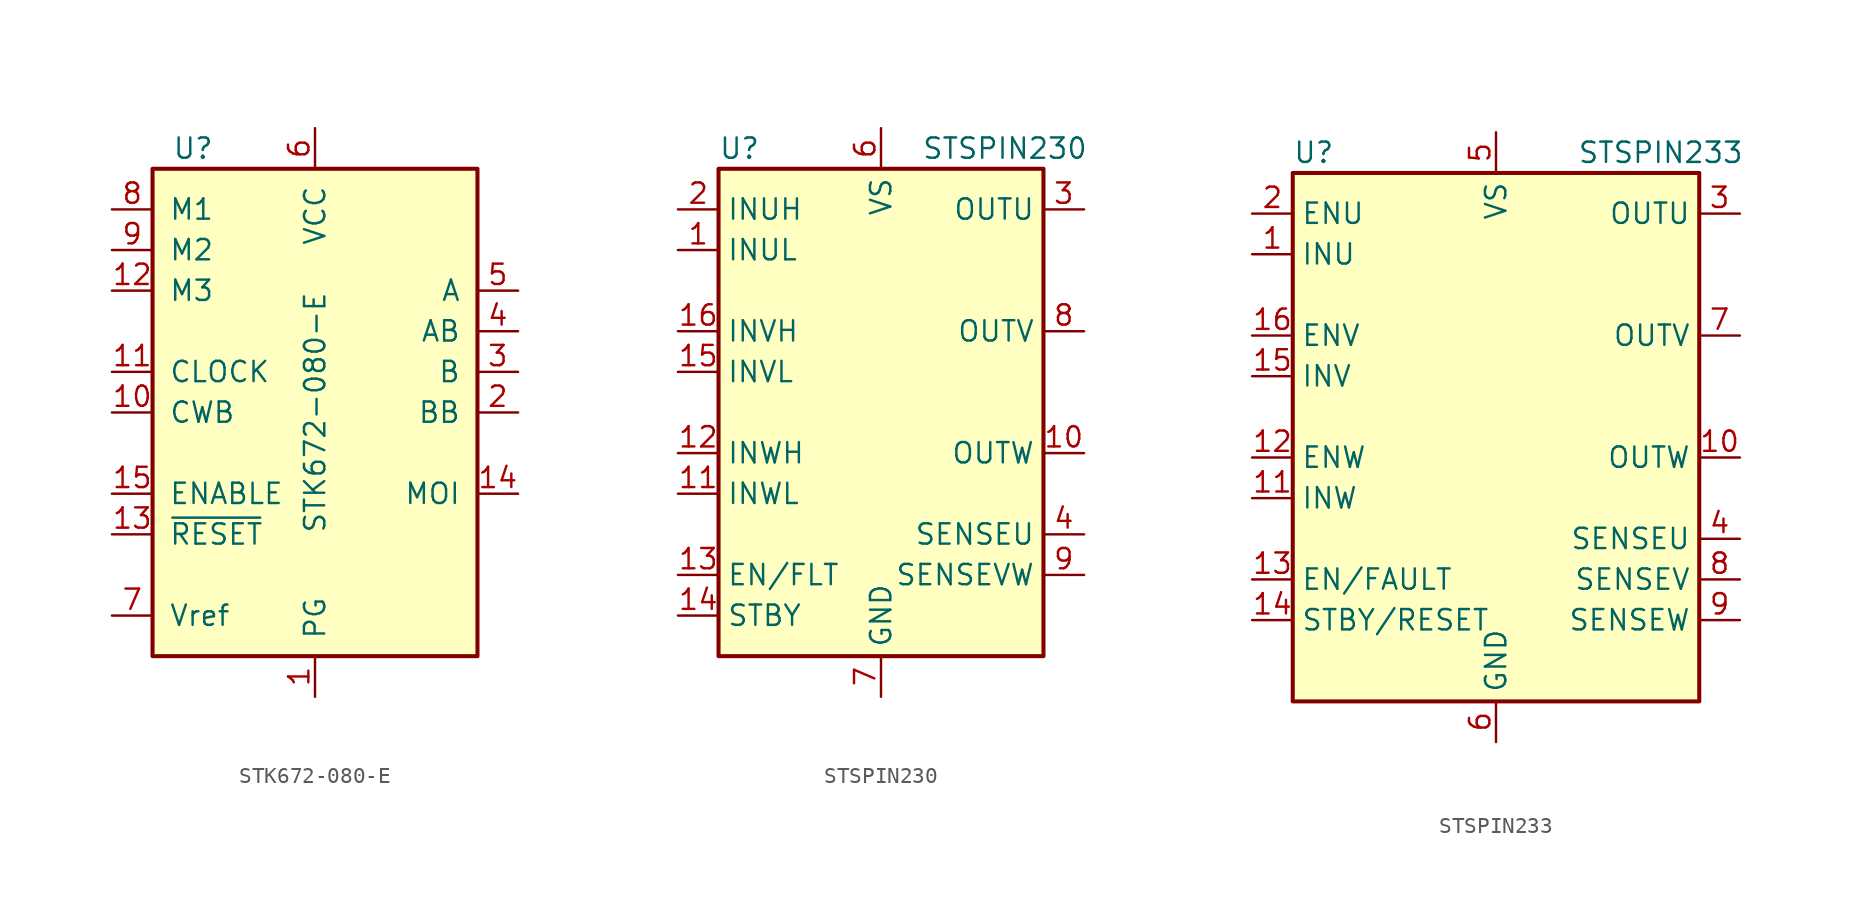
<source format=kicad_sym>
(kicad_symbol_lib
  (version 20220914)
  (generator kicad_symbol_editor)
  (symbol "STK672-080-E"
    (pin_names
      (offset 1.016))
    (property "Reference" "U"
      (at -7.62 16.51 0)
      (effects (font (size 1.27 1.27))))
    (property "Value" "STK672-080-E"
      (at 0 0 90)
      (effects (font (size 1.27 1.27))))
    (symbol "STK672-080-E_0_1"
      (rectangle (start -10.16 15.24) (end 10.16 -15.24) (stroke (width 0.254) (type default)) (fill (type background))))
    (symbol "STK672-080-E_1_1"
      (pin power_in line (at 0 -17.78 90) (length 2.54) (name "PG" (effects (font (size 1.27 1.27)))) (number "1" (effects (font (size 1.27 1.27)))))
      (pin input line (at -12.7 0 0) (length 2.54) (name "CWB" (effects (font (size 1.27 1.27)))) (number "10" (effects (font (size 1.27 1.27)))))
      (pin input line (at -12.7 2.54 0) (length 2.54) (name "CLOCK" (effects (font (size 1.27 1.27)))) (number "11" (effects (font (size 1.27 1.27)))))
      (pin input line (at -12.7 7.62 0) (length 2.54) (name "M3" (effects (font (size 1.27 1.27)))) (number "12" (effects (font (size 1.27 1.27)))))
      (pin input line (at -12.7 -7.62 0) (length 2.54) (name "~{RESET}" (effects (font (size 1.27 1.27)))) (number "13" (effects (font (size 1.27 1.27)))))
      (pin output line (at 12.7 -5.08 180) (length 2.54) (name "MOI" (effects (font (size 1.27 1.27)))) (number "14" (effects (font (size 1.27 1.27)))))
      (pin input line (at -12.7 -5.08 0) (length 2.54) (name "ENABLE" (effects (font (size 1.27 1.27)))) (number "15" (effects (font (size 1.27 1.27)))))
      (pin output line (at 12.7 0 180) (length 2.54) (name "BB" (effects (font (size 1.27 1.27)))) (number "2" (effects (font (size 1.27 1.27)))))
      (pin output line (at 12.7 2.54 180) (length 2.54) (name "B" (effects (font (size 1.27 1.27)))) (number "3" (effects (font (size 1.27 1.27)))))
      (pin output line (at 12.7 5.08 180) (length 2.54) (name "AB" (effects (font (size 1.27 1.27)))) (number "4" (effects (font (size 1.27 1.27)))))
      (pin output line (at 12.7 7.62 180) (length 2.54) (name "A" (effects (font (size 1.27 1.27)))) (number "5" (effects (font (size 1.27 1.27)))))
      (pin power_in line (at 0 17.78 270) (length 2.54) (name "VCC" (effects (font (size 1.27 1.27)))) (number "6" (effects (font (size 1.27 1.27)))))
      (pin input line (at -12.7 -12.7 0) (length 2.54) (name "Vref" (effects (font (size 1.27 1.27)))) (number "7" (effects (font (size 1.27 1.27)))))
      (pin input line (at -12.7 12.7 0) (length 2.54) (name "M1" (effects (font (size 1.27 1.27)))) (number "8" (effects (font (size 1.27 1.27)))))
      (pin input line (at -12.7 10.16 0) (length 2.54) (name "M2" (effects (font (size 1.27 1.27)))) (number "9" (effects (font (size 1.27 1.27)))))))
  (symbol "STSPIN230"
    (property "Reference" "U"
      (at -10.16 16.51 0)
      (effects (font (size 1.27 1.27)) (justify left)))
    (property "Value" "STSPIN230"
      (at 2.54 16.51 0)
      (effects (font (size 1.27 1.27)) (justify left)))
    (symbol "STSPIN230_0_1"
      (rectangle (start -10.16 15.24) (end 10.16 -15.24) (stroke (width 0.254) (type default)) (fill (type background))))
    (symbol "STSPIN230_1_1"
      (pin input line (at -12.7 10.16 0) (length 2.54) (name "INUL" (effects (font (size 1.27 1.27)))) (number "1" (effects (font (size 1.27 1.27)))))
      (pin power_out line (at 12.7 -2.54 180) (length 2.54) (name "OUTW" (effects (font (size 1.27 1.27)))) (number "10" (effects (font (size 1.27 1.27)))))
      (pin input line (at -12.7 -5.08 0) (length 2.54) (name "INWL" (effects (font (size 1.27 1.27)))) (number "11" (effects (font (size 1.27 1.27)))))
      (pin input line (at -12.7 -2.54 0) (length 2.54) (name "INWH" (effects (font (size 1.27 1.27)))) (number "12" (effects (font (size 1.27 1.27)))))
      (pin bidirectional line (at -12.7 -10.16 0) (length 2.54) (name "EN/FLT" (effects (font (size 1.27 1.27)))) (number "13" (effects (font (size 1.27 1.27)))))
      (pin input line (at -12.7 -12.7 0) (length 2.54) (name "STBY" (effects (font (size 1.27 1.27)))) (number "14" (effects (font (size 1.27 1.27)))))
      (pin input line (at -12.7 2.54 0) (length 2.54) (name "INVL" (effects (font (size 1.27 1.27)))) (number "15" (effects (font (size 1.27 1.27)))))
      (pin input line (at -12.7 5.08 0) (length 2.54) (name "INVH" (effects (font (size 1.27 1.27)))) (number "16" (effects (font (size 1.27 1.27)))))
      (pin passive line (at 0 -17.78 90) (length 2.54) hide (name "GND" (effects (font (size 1.27 1.27)))) (number "17" (effects (font (size 1.27 1.27)))))
      (pin input line (at -12.7 12.7 0) (length 2.54) (name "INUH" (effects (font (size 1.27 1.27)))) (number "2" (effects (font (size 1.27 1.27)))))
      (pin power_out line (at 12.7 12.7 180) (length 2.54) (name "OUTU" (effects (font (size 1.27 1.27)))) (number "3" (effects (font (size 1.27 1.27)))))
      (pin input line (at 12.7 -7.62 180) (length 2.54) (name "SENSEU" (effects (font (size 1.27 1.27)))) (number "4" (effects (font (size 1.27 1.27)))))
      (pin no_connect line (at 2.54 -15.24 90) (length 2.54) hide (name "NC" (effects (font (size 1.27 1.27)))) (number "5" (effects (font (size 1.27 1.27)))))
      (pin power_in line (at 0 17.78 270) (length 2.54) (name "VS" (effects (font (size 1.27 1.27)))) (number "6" (effects (font (size 1.27 1.27)))))
      (pin power_in line (at 0 -17.78 90) (length 2.54) (name "GND" (effects (font (size 1.27 1.27)))) (number "7" (effects (font (size 1.27 1.27)))))
      (pin power_out line (at 12.7 5.08 180) (length 2.54) (name "OUTV" (effects (font (size 1.27 1.27)))) (number "8" (effects (font (size 1.27 1.27)))))
      (pin input line (at 12.7 -10.16 180) (length 2.54) (name "SENSEVW" (effects (font (size 1.27 1.27)))) (number "9" (effects (font (size 1.27 1.27)))))))
  (symbol "STSPIN233"
    (property "Reference" "U"
      (at -12.7 16.51 0)
      (effects (font (size 1.27 1.27)) (justify left)))
    (property "Value" "STSPIN233"
      (at 5.08 16.51 0)
      (effects (font (size 1.27 1.27)) (justify left)))
    (symbol "STSPIN233_0_1"
      (rectangle (start -12.7 15.24) (end 12.7 -17.78) (stroke (width 0.254) (type default)) (fill (type background))))
    (symbol "STSPIN233_1_1"
      (pin input line (at -15.24 10.16 0) (length 2.54) (name "INU" (effects (font (size 1.27 1.27)))) (number "1" (effects (font (size 1.27 1.27)))))
      (pin power_out line (at 15.24 -2.54 180) (length 2.54) (name "OUTW" (effects (font (size 1.27 1.27)))) (number "10" (effects (font (size 1.27 1.27)))))
      (pin input line (at -15.24 -5.08 0) (length 2.54) (name "INW" (effects (font (size 1.27 1.27)))) (number "11" (effects (font (size 1.27 1.27)))))
      (pin input line (at -15.24 -2.54 0) (length 2.54) (name "ENW" (effects (font (size 1.27 1.27)))) (number "12" (effects (font (size 1.27 1.27)))))
      (pin bidirectional line (at -15.24 -10.16 0) (length 2.54) (name "EN/FAULT" (effects (font (size 1.27 1.27)))) (number "13" (effects (font (size 1.27 1.27)))))
      (pin input line (at -15.24 -12.7 0) (length 2.54) (name "STBY/RESET" (effects (font (size 1.27 1.27)))) (number "14" (effects (font (size 1.27 1.27)))))
      (pin input line (at -15.24 2.54 0) (length 2.54) (name "INV" (effects (font (size 1.27 1.27)))) (number "15" (effects (font (size 1.27 1.27)))))
      (pin input line (at -15.24 5.08 0) (length 2.54) (name "ENV" (effects (font (size 1.27 1.27)))) (number "16" (effects (font (size 1.27 1.27)))))
      (pin passive line (at 0 -20.32 90) (length 2.54) hide (name "GND" (effects (font (size 1.27 1.27)))) (number "17" (effects (font (size 1.27 1.27)))))
      (pin input line (at -15.24 12.7 0) (length 2.54) (name "ENU" (effects (font (size 1.27 1.27)))) (number "2" (effects (font (size 1.27 1.27)))))
      (pin power_out line (at 15.24 12.7 180) (length 2.54) (name "OUTU" (effects (font (size 1.27 1.27)))) (number "3" (effects (font (size 1.27 1.27)))))
      (pin input line (at 15.24 -7.62 180) (length 2.54) (name "SENSEU" (effects (font (size 1.27 1.27)))) (number "4" (effects (font (size 1.27 1.27)))))
      (pin power_in line (at 0 17.78 270) (length 2.54) (name "VS" (effects (font (size 1.27 1.27)))) (number "5" (effects (font (size 1.27 1.27)))))
      (pin power_in line (at 0 -20.32 90) (length 2.54) (name "GND" (effects (font (size 1.27 1.27)))) (number "6" (effects (font (size 1.27 1.27)))))
      (pin power_out line (at 15.24 5.08 180) (length 2.54) (name "OUTV" (effects (font (size 1.27 1.27)))) (number "7" (effects (font (size 1.27 1.27)))))
      (pin input line (at 15.24 -10.16 180) (length 2.54) (name "SENSEV" (effects (font (size 1.27 1.27)))) (number "8" (effects (font (size 1.27 1.27)))))
      (pin input line (at 15.24 -12.7 180) (length 2.54) (name "SENSEW" (effects (font (size 1.27 1.27)))) (number "9" (effects (font (size 1.27 1.27))))))))
</source>
